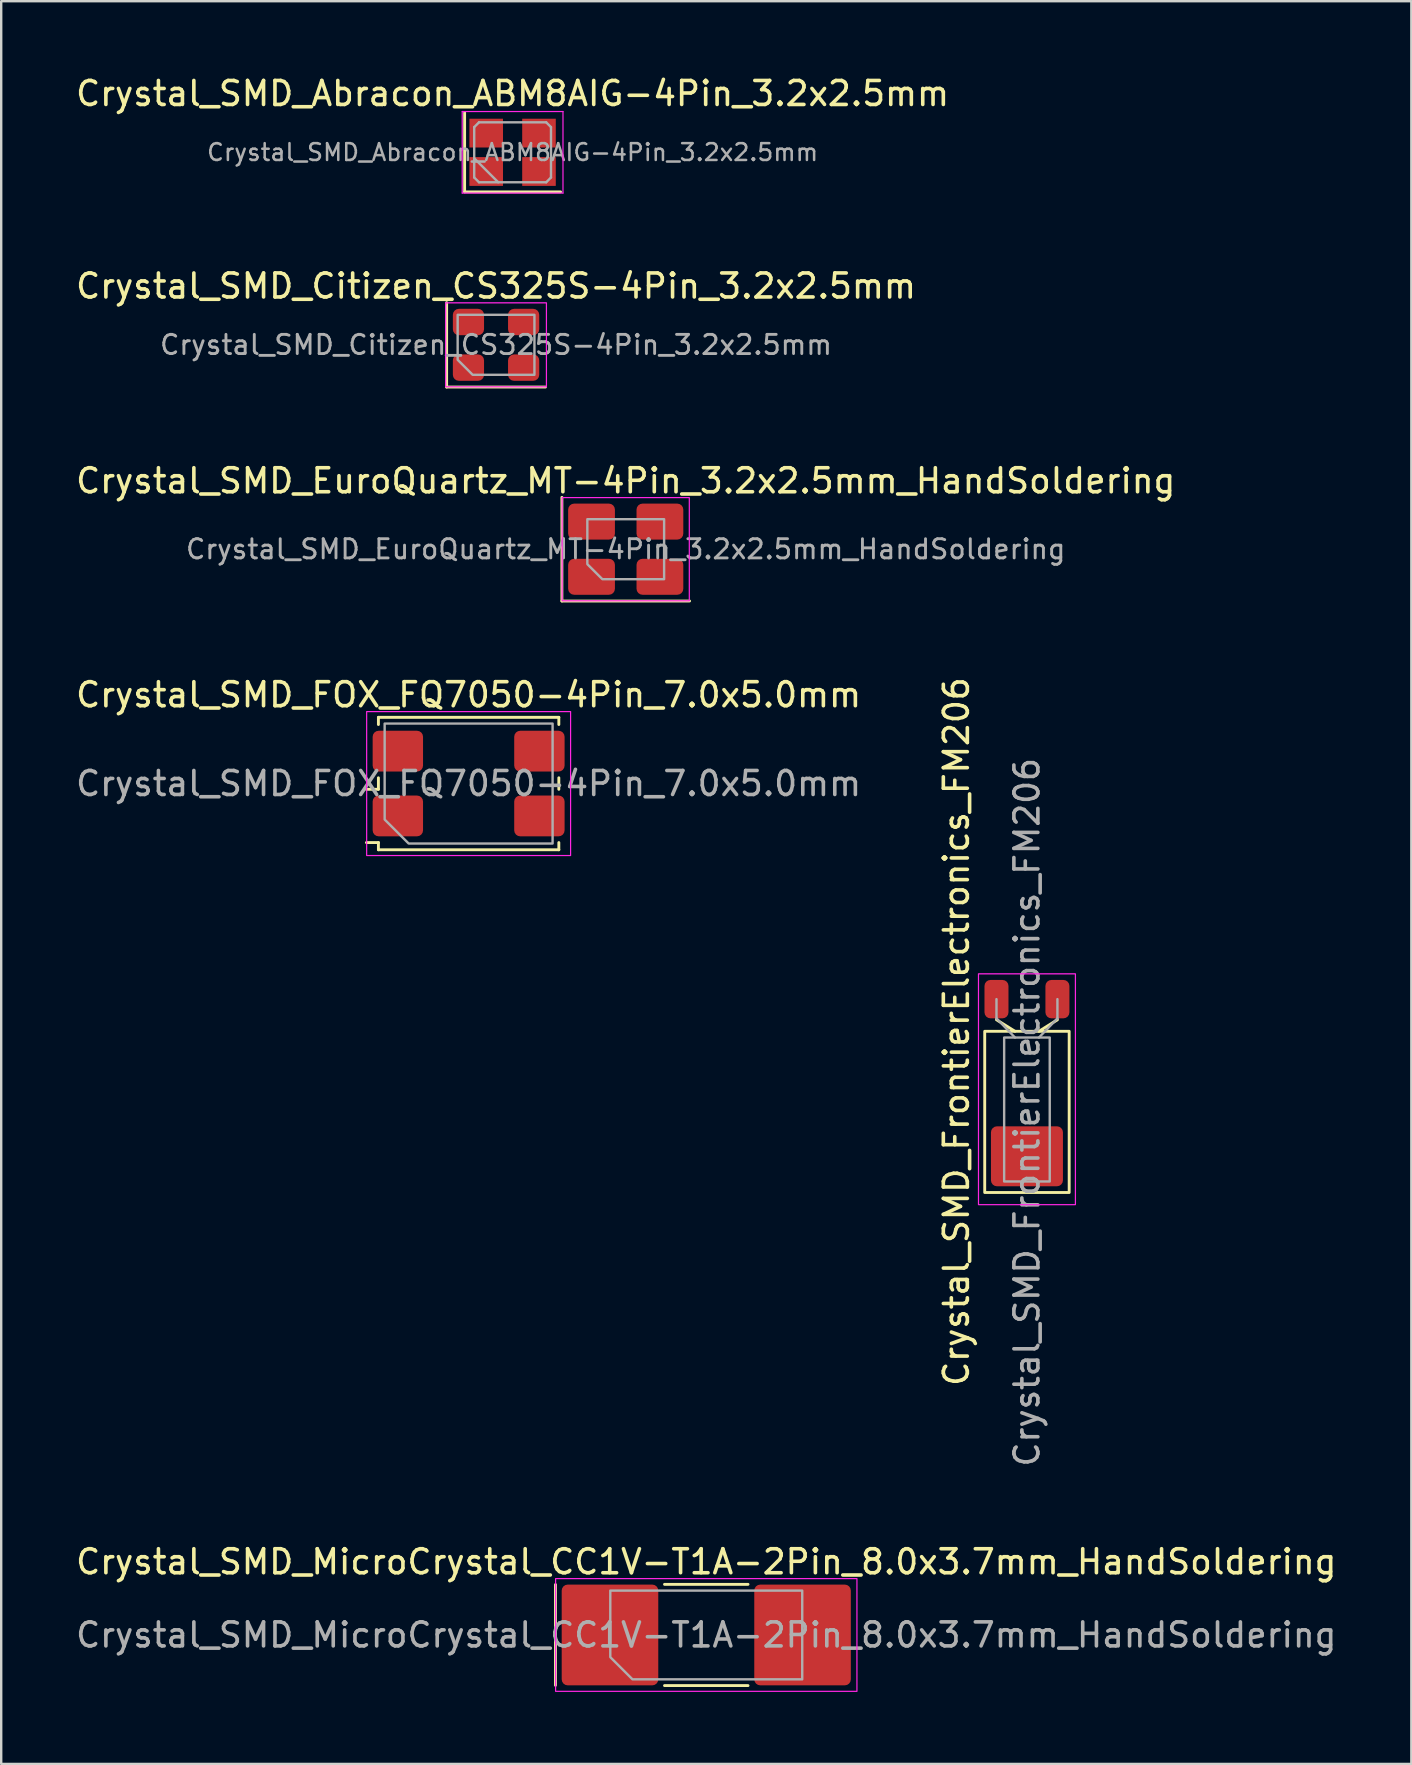
<source format=kicad_pcb>
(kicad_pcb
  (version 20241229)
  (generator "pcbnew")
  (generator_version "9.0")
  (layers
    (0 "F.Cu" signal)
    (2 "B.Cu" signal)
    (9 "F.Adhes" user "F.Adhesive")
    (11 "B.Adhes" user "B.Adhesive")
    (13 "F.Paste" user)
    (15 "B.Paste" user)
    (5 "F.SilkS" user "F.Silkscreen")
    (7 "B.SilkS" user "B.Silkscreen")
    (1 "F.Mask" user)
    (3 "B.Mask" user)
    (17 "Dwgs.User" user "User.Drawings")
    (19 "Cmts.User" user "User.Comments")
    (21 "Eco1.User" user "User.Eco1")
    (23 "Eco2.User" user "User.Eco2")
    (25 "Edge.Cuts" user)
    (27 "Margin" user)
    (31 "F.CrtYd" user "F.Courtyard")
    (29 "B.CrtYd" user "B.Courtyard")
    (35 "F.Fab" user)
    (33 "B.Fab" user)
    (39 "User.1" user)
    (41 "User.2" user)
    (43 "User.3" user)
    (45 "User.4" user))
  (footprint "Crystal_SMD_EuroQuartz_MT-4Pin_3.2x2.5mm_HandSoldering"
    (layer "F.Cu")
    (at 23.03 19.84)
    (property "Reference" "Crystal_SMD_EuroQuartz_MT-4Pin_3.2x2.5mm_HandSoldering" (at 0 -2.85 0) (layer "F.SilkS") (effects (font (size 1 1) (thickness 0.15))))
    (attr smd)
    (fp_line (start -2.66 -2.16) (end -2.66 2.16) (stroke (width 0.12) (type solid)) (layer "F.SilkS"))
    (fp_line (start -2.66 2.16) (end 2.66 2.16) (stroke (width 0.12) (type solid)) (layer "F.SilkS"))
    (fp_rect (start -2.65 -2.15) (end 2.65 2.15) (stroke (width 0.05) (type solid)) (fill no) (layer "F.CrtYd"))
    (fp_poly (pts (xy -1.6 -1.25) (xy -1.6 0.625) (xy -0.975 1.25) (xy 1.6 1.25) (xy 1.6 -1.25)) (stroke (width 0.1) (type solid)) (fill no) (layer "F.Fab"))
    (fp_text user "${REFERENCE}" (at 0 0 0) (layer "F.Fab") (effects (font (size 0.8 0.8) (thickness 0.12))))
    (pad "1" smd roundrect (at -1.425 1.15) (size 1.95 1.5) (layers "F.Cu" "F.Mask" "F.Paste") (roundrect_rratio 0.167))
    (pad "2" smd roundrect (at 1.425 1.15) (size 1.95 1.5) (layers "F.Cu" "F.Mask" "F.Paste") (roundrect_rratio 0.167))
    (pad "3" smd roundrect (at 1.425 -1.15) (size 1.95 1.5) (layers "F.Cu" "F.Mask" "F.Paste") (roundrect_rratio 0.167))
    (pad "4" smd roundrect (at -1.425 -1.15) (size 1.95 1.5) (layers "F.Cu" "F.Mask" "F.Paste") (roundrect_rratio 0.167)))
  (footprint "Crystal_SMD_MicroCrystal_CC1V-T1A-2Pin_8.0x3.7mm_HandSoldering"
    (layer "F.Cu")
    (at 26.387 65.095)
    (property "Reference" "Crystal_SMD_MicroCrystal_CC1V-T1A-2Pin_8.0x3.7mm_HandSoldering" (at 0 -3.05 0) (layer "F.SilkS") (effects (font (size 1 1) (thickness 0.15))))
    (attr smd)
    (fp_line (start -6.285 -2.1) (end -6.285 2.1) (stroke (width 0.12) (type solid)) (layer "F.SilkS"))
    (fp_line (start -1.74 -2.11) (end 1.74 -2.11) (stroke (width 0.12) (type solid)) (layer "F.SilkS"))
    (fp_line (start -1.74 2.11) (end 1.74 2.11) (stroke (width 0.12) (type solid)) (layer "F.SilkS"))
    (fp_rect (start -6.28 -2.35) (end 6.28 2.35) (stroke (width 0.05) (type solid)) (fill no) (layer "F.CrtYd"))
    (fp_poly (pts (xy -4 -1.85) (xy -4 0.925) (xy -3.075 1.85) (xy 4 1.85) (xy 4 -1.85)) (stroke (width 0.1) (type solid)) (fill no) (layer "F.Fab"))
    (fp_text user "${REFERENCE}" (at 0 0 0) (layer "F.Fab") (effects (font (size 1 1) (thickness 0.15))))
    (pad "1" smd roundrect (at -4.013 0) (size 4.025 4.2) (layers "F.Cu" "F.Mask" "F.Paste") (roundrect_rratio 0.062))
    (pad "2" smd roundrect (at 4.013 0) (size 4.025 4.2) (layers "F.Cu" "F.Mask" "F.Paste") (roundrect_rratio 0.062)))
  (footprint "Crystal_SMD_FrontierElectronics_FM206"
    (layer "F.Cu")
    (at 39.753 41.869)
    (property "Reference" "Crystal_SMD_FrontierElectronics_FM206" (at -2.94 -1.923 90) (layer "F.SilkS") (effects (font (size 1 1) (thickness 0.15))))
    (attr smd)
    (fp_line (start -0.5 -1.935) (end -1.27 -2.415) (stroke (width 0.12) (type solid)) (layer "F.SilkS"))
    (fp_line (start 0.5 -1.935) (end 1.27 -2.415) (stroke (width 0.12) (type solid)) (layer "F.SilkS"))
    (fp_rect (start -1.76 -1.935) (end 1.76 4.785) (stroke (width 0.12) (type solid)) (fill no) (layer "F.SilkS"))
    (fp_rect (start -2.02 -4.33) (end 2.02 5.29) (stroke (width 0.05) (type solid)) (fill no) (layer "F.CrtYd"))
    (fp_line (start -1.27 -2.475) (end -1.27 -3.275) (stroke (width 0.1) (type solid)) (layer "F.Fab"))
    (fp_line (start -0.5 -1.675) (end -1.27 -2.475) (stroke (width 0.1) (type solid)) (layer "F.Fab"))
    (fp_line (start 0.5 -1.675) (end 1.27 -2.475) (stroke (width 0.1) (type solid)) (layer "F.Fab"))
    (fp_line (start 1.27 -2.475) (end 1.27 -3.275) (stroke (width 0.1) (type solid)) (layer "F.Fab"))
    (fp_rect (start -0.95 -1.675) (end 0.95 4.325) (stroke (width 0.1) (type solid)) (fill no) (layer "F.Fab"))
    (fp_text user "${REFERENCE}" (at 0 1.441 90) (layer "F.Fab") (effects (font (size 1 1) (thickness 0.15))))
    (pad "1" smd roundrect (at -1.27 -3.275) (size 1 1.6) (layers "F.Cu" "F.Mask" "F.Paste") (roundrect_rratio 0.25))
    (pad "2" smd roundrect (at 1.27 -3.275) (size 1 1.6) (layers "F.Cu" "F.Mask" "F.Paste") (roundrect_rratio 0.25))
    (pad "3" smd roundrect (at 0 3.275) (size 3 2.5) (layers "F.Cu" "F.Mask" "F.Paste") (roundrect_rratio 0.1)))
  (footprint "Crystal_SMD_FOX_FQ7050-4Pin_7.0x5.0mm"
    (layer "F.Cu")
    (at 16.482 29.608)
    (property "Reference" "Crystal_SMD_FOX_FQ7050-4Pin_7.0x5.0mm" (at 0 -3.7 0) (layer "F.SilkS") (effects (font (size 1 1) (thickness 0.15))))
    (attr smd)
    (fp_line (start -4.26 0.24) (end -3.76 0.24) (stroke (width 0.12) (type solid)) (layer "F.SilkS"))
    (fp_line (start -4.26 2.46) (end -3.76 2.46) (stroke (width 0.12) (type solid)) (layer "F.SilkS"))
    (fp_line (start -3.76 -2.76) (end 3.76 -2.76) (stroke (width 0.12) (type solid)) (layer "F.SilkS"))
    (fp_line (start -3.76 -2.46) (end -3.76 -2.76) (stroke (width 0.12) (type solid)) (layer "F.SilkS"))
    (fp_line (start -3.76 0.24) (end -3.76 -0.24) (stroke (width 0.12) (type solid)) (layer "F.SilkS"))
    (fp_line (start -3.76 2.46) (end -3.76 2.76) (stroke (width 0.12) (type solid)) (layer "F.SilkS"))
    (fp_line (start -3.76 2.76) (end 3.76 2.76) (stroke (width 0.12) (type solid)) (layer "F.SilkS"))
    (fp_line (start 3.76 -2.76) (end 3.76 -2.46) (stroke (width 0.12) (type solid)) (layer "F.SilkS"))
    (fp_line (start 3.76 -0.24) (end 3.76 0.24) (stroke (width 0.12) (type solid)) (layer "F.SilkS"))
    (fp_line (start 3.76 2.76) (end 3.76 2.46) (stroke (width 0.12) (type solid)) (layer "F.SilkS"))
    (fp_rect (start -4.25 -3) (end 4.25 3) (stroke (width 0.05) (type solid)) (fill no) (layer "F.CrtYd"))
    (fp_poly (pts (xy -3.5 -2.5) (xy -3.5 1.5) (xy -2.5 2.5) (xy 3.5 2.5) (xy 3.5 -2.5)) (stroke (width 0.1) (type solid)) (fill no) (layer "F.Fab"))
    (fp_text user "${REFERENCE}" (at 0 0 0) (layer "F.Fab") (effects (font (size 1 1) (thickness 0.15))))
    (pad "1" smd roundrect (at -2.95 1.35) (size 2.1 1.7) (layers "F.Cu" "F.Mask" "F.Paste") (roundrect_rratio 0.147))
    (pad "2" smd roundrect (at 2.95 1.35) (size 2.1 1.7) (layers "F.Cu" "F.Mask" "F.Paste") (roundrect_rratio 0.147))
    (pad "3" smd roundrect (at 2.95 -1.35) (size 2.1 1.7) (layers "F.Cu" "F.Mask" "F.Paste") (roundrect_rratio 0.147))
    (pad "4" smd roundrect (at -2.95 -1.35) (size 2.1 1.7) (layers "F.Cu" "F.Mask" "F.Paste") (roundrect_rratio 0.147)))
  (footprint "Crystal_SMD_Abracon_ABM8AIG-4Pin_3.2x2.5mm"
    (layer "F.Cu")
    (at 18.315 3.298)
    (property "Reference" "Crystal_SMD_Abracon_ABM8AIG-4Pin_3.2x2.5mm" (at 0 -2.45 0) (layer "F.SilkS") (effects (font (size 1 1) (thickness 0.15))))
    (attr smd)
    (fp_line (start -2 -1.65) (end -2 1.65) (stroke (width 0.12) (type solid)) (layer "F.SilkS"))
    (fp_line (start -2 1.65) (end 2 1.65) (stroke (width 0.12) (type solid)) (layer "F.SilkS"))
    (fp_line (start -2.1 -1.7) (end -2.1 1.7) (stroke (width 0.05) (type solid)) (layer "F.CrtYd"))
    (fp_line (start -2.1 1.7) (end 2.1 1.7) (stroke (width 0.05) (type solid)) (layer "F.CrtYd"))
    (fp_line (start 2.1 -1.7) (end -2.1 -1.7) (stroke (width 0.05) (type solid)) (layer "F.CrtYd"))
    (fp_line (start 2.1 1.7) (end 2.1 -1.7) (stroke (width 0.05) (type solid)) (layer "F.CrtYd"))
    (fp_line (start -1.6 -1.05) (end -1.4 -1.25) (stroke (width 0.1) (type solid)) (layer "F.Fab"))
    (fp_line (start -1.6 0.25) (end -0.6 1.25) (stroke (width 0.1) (type solid)) (layer "F.Fab"))
    (fp_line (start -1.6 1.05) (end -1.6 -1.05) (stroke (width 0.1) (type solid)) (layer "F.Fab"))
    (fp_line (start -1.4 -1.25) (end 1.4 -1.25) (stroke (width 0.1) (type solid)) (layer "F.Fab"))
    (fp_line (start -1.4 1.25) (end -1.6 1.05) (stroke (width 0.1) (type solid)) (layer "F.Fab"))
    (fp_line (start 1.4 -1.25) (end 1.6 -1.05) (stroke (width 0.1) (type solid)) (layer "F.Fab"))
    (fp_line (start 1.4 1.25) (end -1.4 1.25) (stroke (width 0.1) (type solid)) (layer "F.Fab"))
    (fp_line (start 1.6 -1.05) (end 1.6 1.05) (stroke (width 0.1) (type solid)) (layer "F.Fab"))
    (fp_line (start 1.6 1.05) (end 1.4 1.25) (stroke (width 0.1) (type solid)) (layer "F.Fab"))
    (fp_text user "${REFERENCE}" (at 0 0 0) (layer "F.Fab") (effects (font (size 0.7 0.7) (thickness 0.105))))
    (pad "1" smd rect (at -1.1 0.8) (size 1.4 1.2) (layers "F.Cu" "F.Mask" "F.Paste"))
    (pad "2" smd rect (at 1.1 0.8) (size 1.4 1.2) (layers "F.Cu" "F.Mask" "F.Paste"))
    (pad "3" smd rect (at 1.1 -0.8) (size 1.4 1.2) (layers "F.Cu" "F.Mask" "F.Paste"))
    (pad "4" smd rect (at -1.1 -0.8) (size 1.4 1.2) (layers "F.Cu" "F.Mask" "F.Paste")))
  (footprint "Crystal_SMD_Citizen_CS325S-4Pin_3.2x2.5mm"
    (layer "F.Cu")
    (at 17.625 11.322)
    (property "Reference" "Crystal_SMD_Citizen_CS325S-4Pin_3.2x2.5mm" (at 0 -2.45 0) (layer "F.SilkS") (effects (font (size 1 1) (thickness 0.15))))
    (attr smd)
    (fp_line (start -2.06 -1.76) (end -2.06 1.76) (stroke (width 0.12) (type solid)) (layer "F.SilkS"))
    (fp_line (start -2.06 1.76) (end 2.06 1.76) (stroke (width 0.12) (type solid)) (layer "F.SilkS"))
    (fp_rect (start -2.1 -1.75) (end 2.1 1.75) (stroke (width 0.05) (type solid)) (fill no) (layer "F.CrtYd"))
    (fp_poly (pts (xy -1.6 -1.25) (xy -1.6 0.625) (xy -0.975 1.25) (xy 1.6 1.25) (xy 1.6 -1.25)) (stroke (width 0.1) (type solid)) (fill no) (layer "F.Fab"))
    (fp_text user "${REFERENCE}" (at 0 0 0) (layer "F.Fab") (effects (font (size 0.8 0.8) (thickness 0.12))))
    (pad "1" smd roundrect (at -1.15 0.95) (size 1.3 1.1) (layers "F.Cu" "F.Mask" "F.Paste") (roundrect_rratio 0.227))
    (pad "2" smd roundrect (at 1.15 0.95) (size 1.3 1.1) (layers "F.Cu" "F.Mask" "F.Paste") (roundrect_rratio 0.227))
    (pad "3" smd roundrect (at 1.15 -0.95) (size 1.3 1.1) (layers "F.Cu" "F.Mask" "F.Paste") (roundrect_rratio 0.227))
    (pad "4" smd roundrect (at -1.15 -0.95) (size 1.3 1.1) (layers "F.Cu" "F.Mask" "F.Paste") (roundrect_rratio 0.227)))
  (gr_rect
    (start -3 -3)
    (end 55.774 70.47)
    (stroke (width 0.1) (type default))
    (fill no)
    (layer "Edge.Cuts")))
</source>
